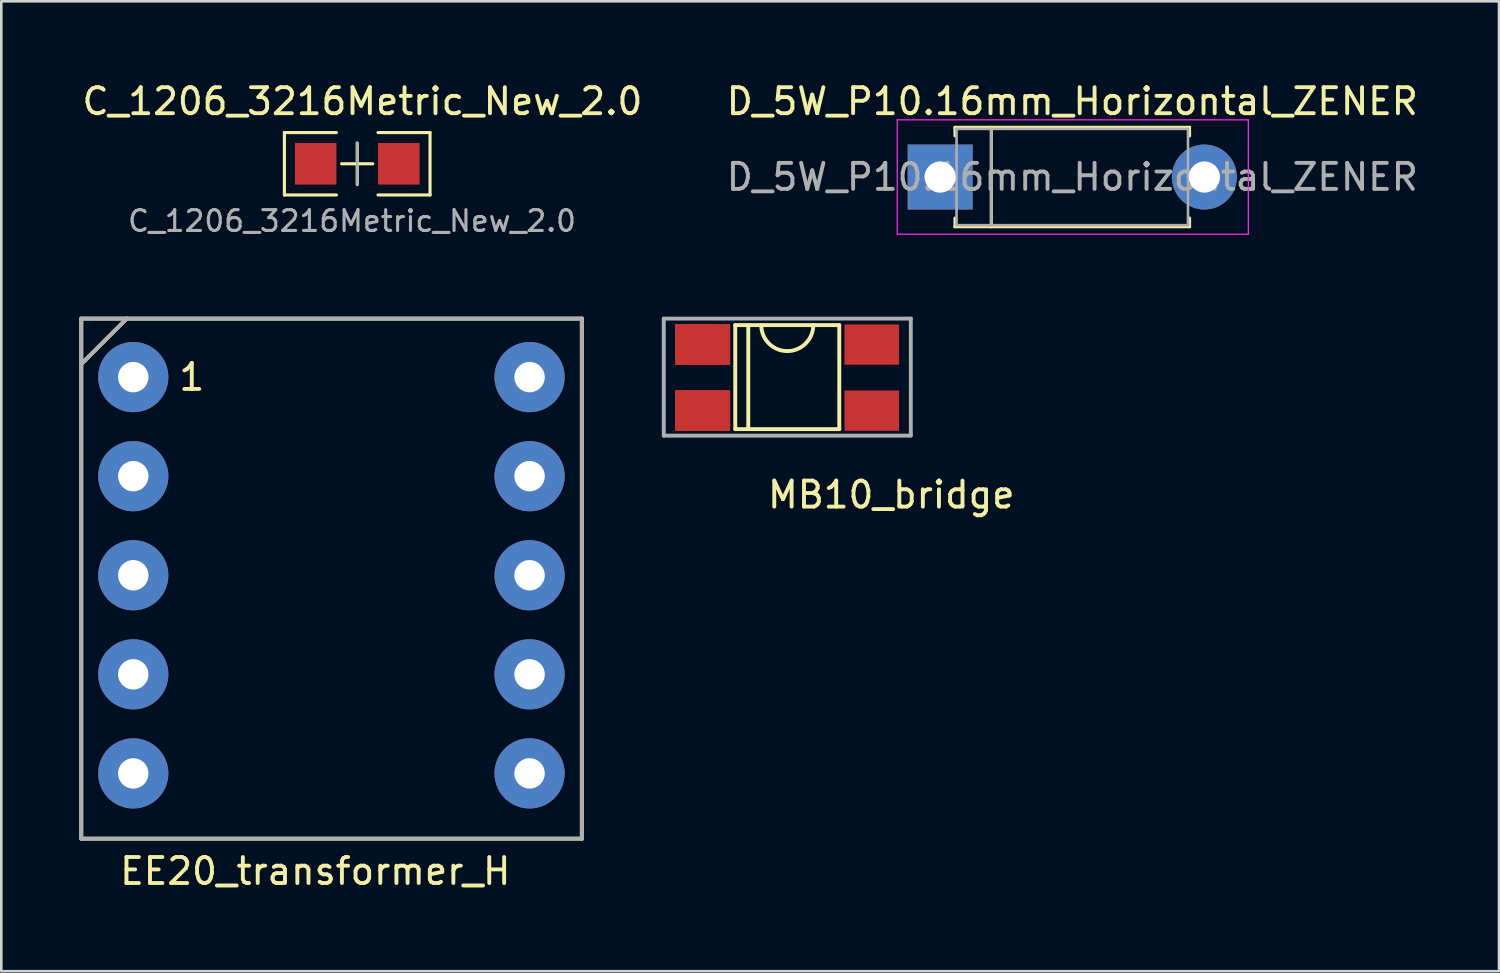
<source format=kicad_pcb>
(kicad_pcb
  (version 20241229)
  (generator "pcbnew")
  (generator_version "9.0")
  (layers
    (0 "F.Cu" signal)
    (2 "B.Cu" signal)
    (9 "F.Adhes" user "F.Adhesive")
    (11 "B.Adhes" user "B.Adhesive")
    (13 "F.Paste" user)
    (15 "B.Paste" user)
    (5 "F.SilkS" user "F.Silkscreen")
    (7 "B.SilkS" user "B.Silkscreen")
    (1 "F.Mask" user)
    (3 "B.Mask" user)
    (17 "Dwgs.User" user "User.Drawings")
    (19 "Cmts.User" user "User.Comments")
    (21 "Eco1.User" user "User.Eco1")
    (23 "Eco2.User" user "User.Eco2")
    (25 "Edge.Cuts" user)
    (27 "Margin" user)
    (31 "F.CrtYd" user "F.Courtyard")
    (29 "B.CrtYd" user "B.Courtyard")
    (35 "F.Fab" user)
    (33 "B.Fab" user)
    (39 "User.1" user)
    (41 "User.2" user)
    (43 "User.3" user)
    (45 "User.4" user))
  (footprint "D_5W_P10.16mm_Horizontal_ZENER"
    (layer "F.Cu")
    (at 33.105 3.758)
    (property "Reference" "D_5W_P10.16mm_Horizontal_ZENER" (at 5.08 -2.91 0) (layer "F.SilkS") (effects (font (size 1 1) (thickness 0.15))))
    (attr through_hole)
    (fp_line (start 0.57 -1.91) (end 9.59 -1.91) (stroke (width 0.12) (type solid)) (layer "F.SilkS"))
    (fp_line (start 0.57 -1.58) (end 0.57 -1.91) (stroke (width 0.12) (type solid)) (layer "F.SilkS"))
    (fp_line (start 0.57 1.58) (end 0.57 1.91) (stroke (width 0.12) (type solid)) (layer "F.SilkS"))
    (fp_line (start 0.57 1.91) (end 9.59 1.91) (stroke (width 0.12) (type solid)) (layer "F.SilkS"))
    (fp_line (start 1.965 -1.91) (end 1.965 1.91) (stroke (width 0.12) (type solid)) (layer "F.SilkS"))
    (fp_line (start 9.59 -1.91) (end 9.59 -1.58) (stroke (width 0.12) (type solid)) (layer "F.SilkS"))
    (fp_line (start 9.59 1.91) (end 9.59 1.58) (stroke (width 0.12) (type solid)) (layer "F.SilkS"))
    (fp_line (start -1.65 -2.2) (end -1.65 2.2) (stroke (width 0.05) (type solid)) (layer "F.CrtYd"))
    (fp_line (start -1.65 2.2) (end 11.85 2.2) (stroke (width 0.05) (type solid)) (layer "F.CrtYd"))
    (fp_line (start 11.85 -2.2) (end -1.65 -2.2) (stroke (width 0.05) (type solid)) (layer "F.CrtYd"))
    (fp_line (start 11.85 2.2) (end 11.85 -2.2) (stroke (width 0.05) (type solid)) (layer "F.CrtYd"))
    (fp_line (start 0 0) (end 0.63 0) (stroke (width 0.1) (type solid)) (layer "F.Fab"))
    (fp_line (start 0.63 -1.85) (end 0.63 1.85) (stroke (width 0.1) (type solid)) (layer "F.Fab"))
    (fp_line (start 0.63 1.85) (end 9.53 1.85) (stroke (width 0.1) (type solid)) (layer "F.Fab"))
    (fp_line (start 1.965 -1.85) (end 1.965 1.85) (stroke (width 0.1) (type solid)) (layer "F.Fab"))
    (fp_line (start 9.53 -1.85) (end 0.63 -1.85) (stroke (width 0.1) (type solid)) (layer "F.Fab"))
    (fp_line (start 9.53 1.85) (end 9.53 -1.85) (stroke (width 0.1) (type solid)) (layer "F.Fab"))
    (fp_line (start 10.16 0) (end 9.53 0) (stroke (width 0.1) (type solid)) (layer "F.Fab"))
    (fp_text user "${REFERENCE}" (at 5.08 0 180) (layer "F.Fab") (effects (font (size 1 1) (thickness 0.15))))
    (pad "1" thru_hole rect (at 0 0) (size 2.5 2.5) (drill 1.2) (layers "*.Cu" "*.Mask"))
    (pad "2" thru_hole oval (at 10.16 0) (size 2.5 2.5) (drill 1.2) (layers "*.Cu" "*.Mask")))
  (footprint "EE20_transformer_H"
    (layer "F.Cu")
    (at 2.075 11.452)
    (property "Reference" "EE20_transformer_H" (at 7 19 0) (layer "F.SilkS") (effects (font (size 1 1) (thickness 0.15))))
    (attr through_hole)
    (fp_line (start -2 -2.25) (end 17.25 -2.25) (stroke (width 0.15) (type solid)) (layer "F.SilkS"))
    (fp_line (start -2 -0.5) (end -0.25 -2.25) (stroke (width 0.15) (type solid)) (layer "F.SilkS"))
    (fp_line (start -2 17.75) (end -2 -2.25) (stroke (width 0.15) (type solid)) (layer "F.SilkS"))
    (fp_line (start 17.25 -2.25) (end 17.25 17.75) (stroke (width 0.15) (type solid)) (layer "F.SilkS"))
    (fp_line (start 17.25 17.75) (end -2 17.75) (stroke (width 0.15) (type solid)) (layer "F.SilkS"))
    (fp_line (start -2 -2.25) (end 17.25 -2.25) (stroke (width 0.15) (type solid)) (layer "F.Fab"))
    (fp_line (start -2 -0.5) (end -0.25 -2.25) (stroke (width 0.15) (type solid)) (layer "F.Fab"))
    (fp_line (start -2 17.75) (end -2 -2.25) (stroke (width 0.15) (type solid)) (layer "F.Fab"))
    (fp_line (start 17.25 -2.25) (end 17.25 17.5) (stroke (width 0.15) (type solid)) (layer "F.Fab"))
    (fp_line (start 17.25 17.5) (end 17.25 17.75) (stroke (width 0.15) (type solid)) (layer "F.Fab"))
    (fp_line (start 17.25 17.75) (end -2 17.75) (stroke (width 0.15) (type solid)) (layer "F.Fab"))
    (fp_text user "1" (at 2.25 0 0) (layer "F.SilkS") (effects (font (size 1 1) (thickness 0.15))))
    (pad "1" thru_hole circle (at 0 0) (size 2.7 2.7) (drill 1.17) (layers "*.Cu" "*.Mask"))
    (pad "2" thru_hole circle (at 0 3.81) (size 2.7 2.7) (drill 1.17) (layers "*.Cu" "*.Mask"))
    (pad "3" thru_hole circle (at 0 7.62) (size 2.7 2.7) (drill 1.17) (layers "*.Cu" "*.Mask"))
    (pad "4" thru_hole circle (at 0 11.43) (size 2.7 2.7) (drill 1.17) (layers "*.Cu" "*.Mask"))
    (pad "5" thru_hole circle (at 0 15.24) (size 2.7 2.7) (drill 1.17) (layers "*.Cu" "*.Mask"))
    (pad "6" thru_hole circle (at 15.24 0) (size 2.7 2.7) (drill 1.17) (layers "*.Cu" "*.Mask"))
    (pad "7" thru_hole circle (at 15.24 3.81) (size 2.7 2.7) (drill 1.17) (layers "*.Cu" "*.Mask"))
    (pad "8" thru_hole circle (at 15.24 7.62) (size 2.7 2.7) (drill 1.17) (layers "*.Cu" "*.Mask"))
    (pad "9" thru_hole circle (at 15.24 11.43) (size 2.7 2.7) (drill 1.17) (layers "*.Cu" "*.Mask"))
    (pad "10" thru_hole circle (at 15.24 15.24) (size 2.7 2.7) (drill 1.17) (layers "*.Cu" "*.Mask")))
  (footprint "MB10_bridge"
    (layer "F.Cu")
    (at 27.225 11.477)
    (property "Reference" "MB10_bridge" (at 4 4.5 0) (layer "F.SilkS") (effects (font (size 1 1) (thickness 0.15))))
    (attr through_hole)
    (fp_line (start -2 -2.025) (end -2 1.975) (stroke (width 0.15) (type solid)) (layer "F.SilkS"))
    (fp_line (start -2 1.975) (end 2 1.975) (stroke (width 0.15) (type solid)) (layer "F.SilkS"))
    (fp_line (start -1.5 1.975) (end -1.5 -2.025) (stroke (width 0.15) (type solid)) (layer "F.SilkS"))
    (fp_line (start 2 -2.025) (end -2 -2.025) (stroke (width 0.15) (type solid)) (layer "F.SilkS"))
    (fp_line (start 2 1.975) (end 2 -2.025) (stroke (width 0.15) (type solid)) (layer "F.SilkS"))
    (fp_arc (start 0 -1.025) (mid -0.707107 -1.317893) (end -1 -2.025) (stroke (width 0.15) (type solid)) (layer "F.SilkS"))
    (fp_arc (start 1 -2.025) (mid 0.707107 -1.317893) (end 0 -1.025) (stroke (width 0.15) (type solid)) (layer "F.SilkS"))
    (fp_line (start -4.75 -2.275) (end -4.75 2.225) (stroke (width 0.15) (type solid)) (layer "F.Fab"))
    (fp_line (start -4.75 2.225) (end 4.75 2.225) (stroke (width 0.15) (type solid)) (layer "F.Fab"))
    (fp_line (start 4.75 -2.275) (end -4.75 -2.275) (stroke (width 0.15) (type solid)) (layer "F.Fab"))
    (fp_line (start 4.75 2.225) (end 4.75 -2.275) (stroke (width 0.15) (type solid)) (layer "F.Fab"))
    (pad "1" smd rect (at -3.25 -1.275) (size 2.1 1.55) (layers "F.Cu" "F.Mask" "F.Paste"))
    (pad "1" smd rect (at -3.25 -1.275) (size 2.1 1.55) (layers "F.Cu" "F.Mask" "F.Paste"))
    (pad "1" smd rect (at -3.25 -1.275) (size 2.1 1.55) (layers "F.Cu" "F.Mask" "F.Paste"))
    (pad "1" smd rect (at -3.25 -1.275) (size 2.1 1.55) (layers "F.Cu" "F.Mask" "F.Paste"))
    (pad "2" smd rect (at -3.25 1.265) (size 2.1 1.55) (layers "F.Cu" "F.Mask" "F.Paste"))
    (pad "2" smd rect (at -3.25 1.265) (size 2.1 1.55) (layers "F.Cu" "F.Mask" "F.Paste"))
    (pad "2" smd rect (at -3.25 1.265) (size 2.1 1.55) (layers "F.Cu" "F.Mask" "F.Paste"))
    (pad "2" smd rect (at -3.25 1.265) (size 2.1 1.55) (layers "F.Cu" "F.Mask" "F.Paste"))
    (pad "3" smd rect (at 3.25 -1.275) (size 2.1 1.55) (layers "F.Cu" "F.Mask" "F.Paste"))
    (pad "4" smd rect (at 3.25 1.265) (size 2.1 1.55) (layers "F.Cu" "F.Mask" "F.Paste")))
  (footprint "C_1206_3216Metric_New_2.0"
    (layer "F.Cu")
    (at 9.087 3.248)
    (property "Reference" "C_1206_3216Metric_New_2.0" (at 1.8 -2.4 0) (layer "F.SilkS") (effects (font (size 1 1) (thickness 0.15))))
    (attr smd)
    (fp_line (start -1.2 -1.2) (end -1.2 1.2) (stroke (width 0.12) (type solid)) (layer "F.SilkS"))
    (fp_line (start -1.2 1.2) (end 0.8 1.2) (stroke (width 0.12) (type solid)) (layer "F.SilkS"))
    (fp_line (start 0.8 -1.2) (end -1.2 -1.2) (stroke (width 0.12) (type solid)) (layer "F.SilkS"))
    (fp_line (start 1 0) (end 2.2 0) (stroke (width 0.12) (type solid)) (layer "F.SilkS"))
    (fp_line (start 1.6 0.8) (end 1.6 -0.8) (stroke (width 0.12) (type solid)) (layer "F.SilkS"))
    (fp_line (start 2.4 -1.2) (end 4.4 -1.2) (stroke (width 0.12) (type solid)) (layer "F.SilkS"))
    (fp_line (start 4.4 -1.2) (end 4.4 1.2) (stroke (width 0.12) (type solid)) (layer "F.SilkS"))
    (fp_line (start 4.4 1.2) (end 2.4 1.2) (stroke (width 0.12) (type solid)) (layer "F.SilkS"))
    (fp_line (start 1.6 -0.8) (end 1.6 0.8) (stroke (width 0.1) (type solid)) (layer "F.Fab"))
    (fp_text user "${REFERENCE}" (at 1.4 2.2 0) (layer "F.Fab") (effects (font (size 0.8 0.8) (thickness 0.12))))
    (pad "1" smd rect (at 0 0) (size 1.6 1.6) (layers "F.Cu" "F.Mask" "F.Paste"))
    (pad "2" smd rect (at 3.2 0) (size 1.6 1.6) (layers "F.Cu" "F.Mask" "F.Paste")))
  (gr_rect
    (start -3 -3)
    (end 54.595 34.3)
    (stroke (width 0.1) (type default))
    (fill no)
    (layer "Edge.Cuts")))
</source>
